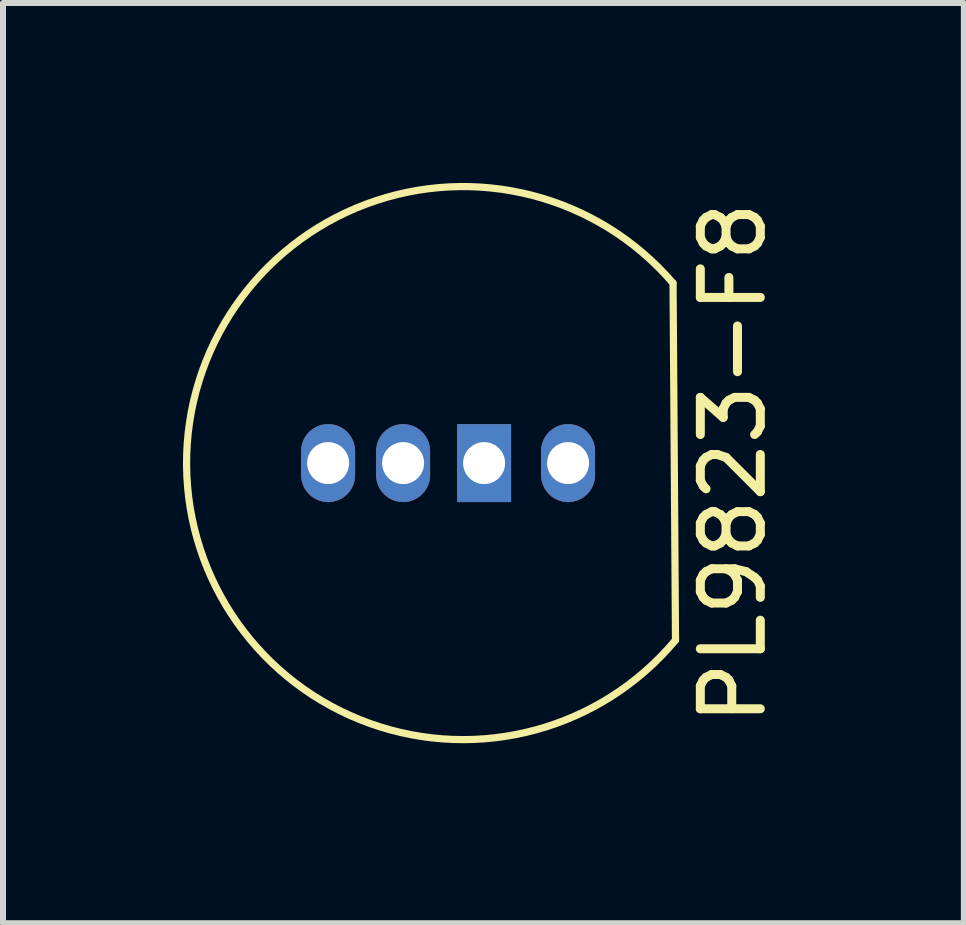
<source format=kicad_pcb>
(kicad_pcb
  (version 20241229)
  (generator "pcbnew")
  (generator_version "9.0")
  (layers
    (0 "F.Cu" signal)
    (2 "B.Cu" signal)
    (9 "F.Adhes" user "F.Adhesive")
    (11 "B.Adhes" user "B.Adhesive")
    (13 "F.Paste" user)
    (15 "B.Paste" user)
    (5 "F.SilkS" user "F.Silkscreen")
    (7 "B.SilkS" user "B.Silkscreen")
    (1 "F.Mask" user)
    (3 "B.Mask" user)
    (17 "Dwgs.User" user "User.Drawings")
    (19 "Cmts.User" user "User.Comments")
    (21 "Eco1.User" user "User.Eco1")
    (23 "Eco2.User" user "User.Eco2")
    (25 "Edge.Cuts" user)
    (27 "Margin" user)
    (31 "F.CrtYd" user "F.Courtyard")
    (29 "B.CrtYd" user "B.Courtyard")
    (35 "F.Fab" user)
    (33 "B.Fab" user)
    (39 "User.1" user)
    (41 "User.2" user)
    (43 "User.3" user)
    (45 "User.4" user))
  (footprint "PL9823-F8"
    (layer "F.Cu")
    (at 4.67 4.67)
    (property "Reference" "PL9823-F8" (at 4.5 0 90) (layer "F.SilkS") (effects (font (size 1 1) (thickness 0.15))))
    (attr through_hole)
    (fp_line (start 3.5 -3) (end 3.541 2.951) (stroke (width 0.12) (type solid)) (layer "F.SilkS"))
    (fp_arc (start 3.541324 2.951103) (mid -4.609659 0.03201) (end 3.499999 -2.999999) (stroke (width 0.12) (type solid)) (layer "F.SilkS"))
    (pad "1" thru_hole rect (at 0.35 0) (size 0.9 1.3) (drill 0.7) (layers "*.Cu" "*.Mask"))
    (pad "2" thru_hole oval (at 1.75 0) (size 0.9 1.3) (drill 0.7) (layers "*.Cu" "*.Mask"))
    (pad "3" thru_hole oval (at -1 0) (size 0.9 1.3) (drill 0.7) (layers "*.Cu" "*.Mask"))
    (pad "4" thru_hole oval (at -2.25 0) (size 0.9 1.3) (drill 0.7) (layers "*.Cu" "*.Mask")))
  (gr_rect
    (start -3 -3)
    (end 13.018 12.34)
    (stroke (width 0.1) (type default))
    (fill no)
    (layer "Edge.Cuts")))
</source>
